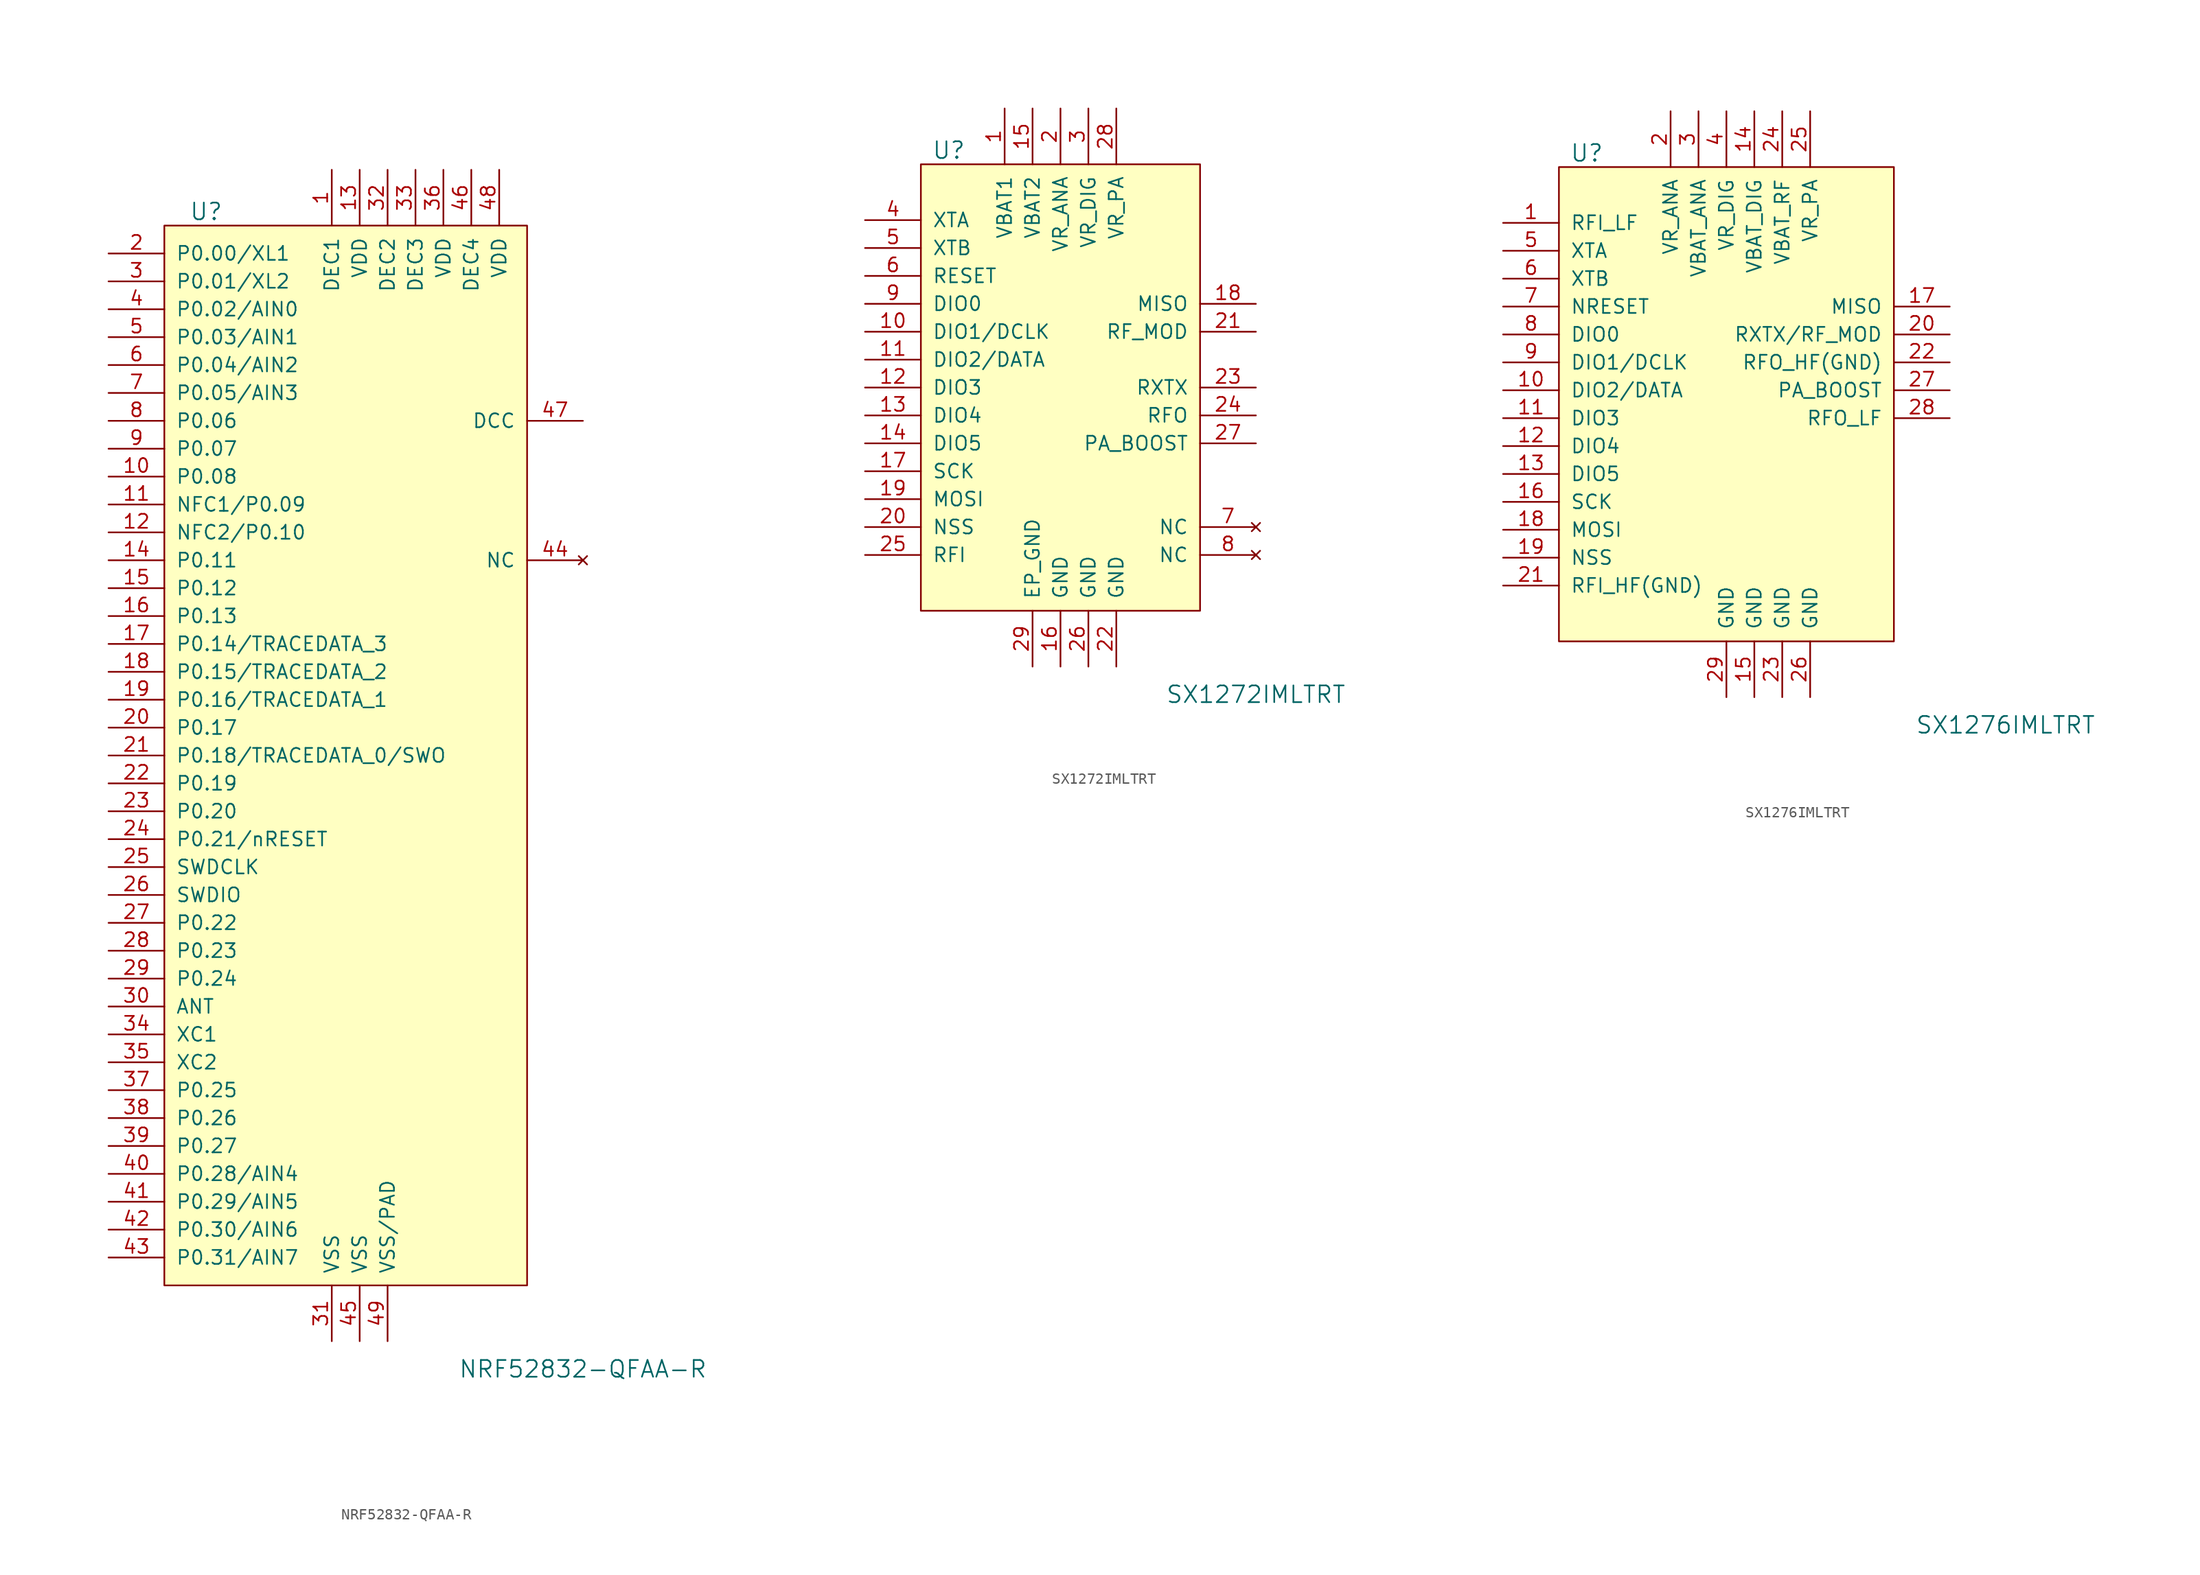
<source format=kicad_sym>
(kicad_symbol_lib
  (version 20211014)
  (generator kicad_symbol_editor)
  (symbol "NRF52832-QFAA-R"
    (pin_names
      (offset 1.016))
    (property "Reference" "U"
      (at -13.97 49.53 0)
      (effects (font (size 1.524 1.524))))
    (property "Value" "NRF52832-QFAA-R"
      (at 20.32 -55.88 0)
      (effects (font (size 1.524 1.524))))
    (symbol "NRF52832-QFAA-R_0_1"
      (rectangle (start -17.78 48.26) (end 15.24 -48.26) (stroke (width 0) (type default) (color 0 0 0 0)) (fill (type background))))
    (symbol "NRF52832-QFAA-R_1_1"
      (pin power_in line (at -2.54 53.34 270) (length 5.08) (name "DEC1" (effects (font (size 1.27 1.27)))) (number "1" (effects (font (size 1.27 1.27)))))
      (pin bidirectional line (at -22.86 25.4 0) (length 5.08) (name "P0.08" (effects (font (size 1.27 1.27)))) (number "10" (effects (font (size 1.27 1.27)))))
      (pin bidirectional line (at -22.86 22.86 0) (length 5.08) (name "NFC1/P0.09" (effects (font (size 1.27 1.27)))) (number "11" (effects (font (size 1.27 1.27)))))
      (pin bidirectional line (at -22.86 20.32 0) (length 5.08) (name "NFC2/P0.10" (effects (font (size 1.27 1.27)))) (number "12" (effects (font (size 1.27 1.27)))))
      (pin power_in line (at 0 53.34 270) (length 5.08) (name "VDD" (effects (font (size 1.27 1.27)))) (number "13" (effects (font (size 1.27 1.27)))))
      (pin bidirectional line (at -22.86 17.78 0) (length 5.08) (name "P0.11" (effects (font (size 1.27 1.27)))) (number "14" (effects (font (size 1.27 1.27)))))
      (pin bidirectional line (at -22.86 15.24 0) (length 5.08) (name "P0.12" (effects (font (size 1.27 1.27)))) (number "15" (effects (font (size 1.27 1.27)))))
      (pin bidirectional line (at -22.86 12.7 0) (length 5.08) (name "P0.13" (effects (font (size 1.27 1.27)))) (number "16" (effects (font (size 1.27 1.27)))))
      (pin bidirectional line (at -22.86 10.16 0) (length 5.08) (name "P0.14/TRACEDATA_3" (effects (font (size 1.27 1.27)))) (number "17" (effects (font (size 1.27 1.27)))))
      (pin bidirectional line (at -22.86 7.62 0) (length 5.08) (name "P0.15/TRACEDATA_2" (effects (font (size 1.27 1.27)))) (number "18" (effects (font (size 1.27 1.27)))))
      (pin bidirectional line (at -22.86 5.08 0) (length 5.08) (name "P0.16/TRACEDATA_1" (effects (font (size 1.27 1.27)))) (number "19" (effects (font (size 1.27 1.27)))))
      (pin bidirectional line (at -22.86 45.72 0) (length 5.08) (name "P0.00/XL1" (effects (font (size 1.27 1.27)))) (number "2" (effects (font (size 1.27 1.27)))))
      (pin bidirectional line (at -22.86 2.54 0) (length 5.08) (name "P0.17" (effects (font (size 1.27 1.27)))) (number "20" (effects (font (size 1.27 1.27)))))
      (pin bidirectional line (at -22.86 0 0) (length 5.08) (name "P0.18/TRACEDATA_0/SWO" (effects (font (size 1.27 1.27)))) (number "21" (effects (font (size 1.27 1.27)))))
      (pin bidirectional line (at -22.86 -2.54 0) (length 5.08) (name "P0.19" (effects (font (size 1.27 1.27)))) (number "22" (effects (font (size 1.27 1.27)))))
      (pin bidirectional line (at -22.86 -5.08 0) (length 5.08) (name "P0.20" (effects (font (size 1.27 1.27)))) (number "23" (effects (font (size 1.27 1.27)))))
      (pin bidirectional line (at -22.86 -7.62 0) (length 5.08) (name "P0.21/nRESET" (effects (font (size 1.27 1.27)))) (number "24" (effects (font (size 1.27 1.27)))))
      (pin input line (at -22.86 -10.16 0) (length 5.08) (name "SWDCLK" (effects (font (size 1.27 1.27)))) (number "25" (effects (font (size 1.27 1.27)))))
      (pin bidirectional line (at -22.86 -12.7 0) (length 5.08) (name "SWDIO" (effects (font (size 1.27 1.27)))) (number "26" (effects (font (size 1.27 1.27)))))
      (pin bidirectional line (at -22.86 -15.24 0) (length 5.08) (name "P0.22" (effects (font (size 1.27 1.27)))) (number "27" (effects (font (size 1.27 1.27)))))
      (pin bidirectional line (at -22.86 -17.78 0) (length 5.08) (name "P0.23" (effects (font (size 1.27 1.27)))) (number "28" (effects (font (size 1.27 1.27)))))
      (pin bidirectional line (at -22.86 -20.32 0) (length 5.08) (name "P0.24" (effects (font (size 1.27 1.27)))) (number "29" (effects (font (size 1.27 1.27)))))
      (pin bidirectional line (at -22.86 43.18 0) (length 5.08) (name "P0.01/XL2" (effects (font (size 1.27 1.27)))) (number "3" (effects (font (size 1.27 1.27)))))
      (pin bidirectional line (at -22.86 -22.86 0) (length 5.08) (name "ANT" (effects (font (size 1.27 1.27)))) (number "30" (effects (font (size 1.27 1.27)))))
      (pin power_in line (at -2.54 -53.34 90) (length 5.08) (name "VSS" (effects (font (size 1.27 1.27)))) (number "31" (effects (font (size 1.27 1.27)))))
      (pin power_in line (at 2.54 53.34 270) (length 5.08) (name "DEC2" (effects (font (size 1.27 1.27)))) (number "32" (effects (font (size 1.27 1.27)))))
      (pin power_in line (at 5.08 53.34 270) (length 5.08) (name "DEC3" (effects (font (size 1.27 1.27)))) (number "33" (effects (font (size 1.27 1.27)))))
      (pin input line (at -22.86 -25.4 0) (length 5.08) (name "XC1" (effects (font (size 1.27 1.27)))) (number "34" (effects (font (size 1.27 1.27)))))
      (pin input line (at -22.86 -27.94 0) (length 5.08) (name "XC2" (effects (font (size 1.27 1.27)))) (number "35" (effects (font (size 1.27 1.27)))))
      (pin power_in line (at 7.62 53.34 270) (length 5.08) (name "VDD" (effects (font (size 1.27 1.27)))) (number "36" (effects (font (size 1.27 1.27)))))
      (pin bidirectional line (at -22.86 -30.48 0) (length 5.08) (name "P0.25" (effects (font (size 1.27 1.27)))) (number "37" (effects (font (size 1.27 1.27)))))
      (pin bidirectional line (at -22.86 -33.02 0) (length 5.08) (name "P0.26" (effects (font (size 1.27 1.27)))) (number "38" (effects (font (size 1.27 1.27)))))
      (pin bidirectional line (at -22.86 -35.56 0) (length 5.08) (name "P0.27" (effects (font (size 1.27 1.27)))) (number "39" (effects (font (size 1.27 1.27)))))
      (pin bidirectional line (at -22.86 40.64 0) (length 5.08) (name "P0.02/AIN0" (effects (font (size 1.27 1.27)))) (number "4" (effects (font (size 1.27 1.27)))))
      (pin bidirectional line (at -22.86 -38.1 0) (length 5.08) (name "P0.28/AIN4" (effects (font (size 1.27 1.27)))) (number "40" (effects (font (size 1.27 1.27)))))
      (pin bidirectional line (at -22.86 -40.64 0) (length 5.08) (name "P0.29/AIN5" (effects (font (size 1.27 1.27)))) (number "41" (effects (font (size 1.27 1.27)))))
      (pin bidirectional line (at -22.86 -43.18 0) (length 5.08) (name "P0.30/AIN6" (effects (font (size 1.27 1.27)))) (number "42" (effects (font (size 1.27 1.27)))))
      (pin bidirectional line (at -22.86 -45.72 0) (length 5.08) (name "P0.31/AIN7" (effects (font (size 1.27 1.27)))) (number "43" (effects (font (size 1.27 1.27)))))
      (pin no_connect line (at 20.32 17.78 180) (length 5.08) (name "NC" (effects (font (size 1.27 1.27)))) (number "44" (effects (font (size 1.27 1.27)))))
      (pin power_in line (at 0 -53.34 90) (length 5.08) (name "VSS" (effects (font (size 1.27 1.27)))) (number "45" (effects (font (size 1.27 1.27)))))
      (pin power_in line (at 10.16 53.34 270) (length 5.08) (name "DEC4" (effects (font (size 1.27 1.27)))) (number "46" (effects (font (size 1.27 1.27)))))
      (pin power_out line (at 20.32 30.48 180) (length 5.08) (name "DCC" (effects (font (size 1.27 1.27)))) (number "47" (effects (font (size 1.27 1.27)))))
      (pin power_in line (at 12.7 53.34 270) (length 5.08) (name "VDD" (effects (font (size 1.27 1.27)))) (number "48" (effects (font (size 1.27 1.27)))))
      (pin power_in line (at 2.54 -53.34 90) (length 5.08) (name "VSS/PAD" (effects (font (size 1.27 1.27)))) (number "49" (effects (font (size 1.27 1.27)))))
      (pin bidirectional line (at -22.86 38.1 0) (length 5.08) (name "P0.03/AIN1" (effects (font (size 1.27 1.27)))) (number "5" (effects (font (size 1.27 1.27)))))
      (pin bidirectional line (at -22.86 35.56 0) (length 5.08) (name "P0.04/AIN2" (effects (font (size 1.27 1.27)))) (number "6" (effects (font (size 1.27 1.27)))))
      (pin bidirectional line (at -22.86 33.02 0) (length 5.08) (name "P0.05/AIN3" (effects (font (size 1.27 1.27)))) (number "7" (effects (font (size 1.27 1.27)))))
      (pin bidirectional line (at -22.86 30.48 0) (length 5.08) (name "P0.06" (effects (font (size 1.27 1.27)))) (number "8" (effects (font (size 1.27 1.27)))))
      (pin bidirectional line (at -22.86 27.94 0) (length 5.08) (name "P0.07" (effects (font (size 1.27 1.27)))) (number "9" (effects (font (size 1.27 1.27)))))))
  (symbol "SX1272IMLTRT"
    (pin_names
      (offset 1.016))
    (property "Reference" "U"
      (at -10.16 21.59 0)
      (effects (font (size 1.524 1.524))))
    (property "Value" "SX1272IMLTRT"
      (at 17.78 -27.94 0)
      (effects (font (size 1.524 1.524))))
    (symbol "SX1272IMLTRT_0_1"
      (rectangle (start -12.7 20.32) (end 12.7 -20.32) (stroke (width 0) (type default) (color 0 0 0 0)) (fill (type background))))
    (symbol "SX1272IMLTRT_1_1"
      (pin power_in line (at -5.08 25.4 270) (length 5.08) (name "VBAT1" (effects (font (size 1.27 1.27)))) (number "1" (effects (font (size 1.27 1.27)))))
      (pin bidirectional line (at -17.78 5.08 0) (length 5.08) (name "DIO1/DCLK" (effects (font (size 1.27 1.27)))) (number "10" (effects (font (size 1.27 1.27)))))
      (pin bidirectional line (at -17.78 2.54 0) (length 5.08) (name "DIO2/DATA" (effects (font (size 1.27 1.27)))) (number "11" (effects (font (size 1.27 1.27)))))
      (pin bidirectional line (at -17.78 0 0) (length 5.08) (name "DIO3" (effects (font (size 1.27 1.27)))) (number "12" (effects (font (size 1.27 1.27)))))
      (pin bidirectional line (at -17.78 -2.54 0) (length 5.08) (name "DIO4" (effects (font (size 1.27 1.27)))) (number "13" (effects (font (size 1.27 1.27)))))
      (pin bidirectional line (at -17.78 -5.08 0) (length 5.08) (name "DIO5" (effects (font (size 1.27 1.27)))) (number "14" (effects (font (size 1.27 1.27)))))
      (pin power_in line (at -2.54 25.4 270) (length 5.08) (name "VBAT2" (effects (font (size 1.27 1.27)))) (number "15" (effects (font (size 1.27 1.27)))))
      (pin power_in line (at 0 -25.4 90) (length 5.08) (name "GND" (effects (font (size 1.27 1.27)))) (number "16" (effects (font (size 1.27 1.27)))))
      (pin input line (at -17.78 -7.62 0) (length 5.08) (name "SCK" (effects (font (size 1.27 1.27)))) (number "17" (effects (font (size 1.27 1.27)))))
      (pin output line (at 17.78 7.62 180) (length 5.08) (name "MISO" (effects (font (size 1.27 1.27)))) (number "18" (effects (font (size 1.27 1.27)))))
      (pin input line (at -17.78 -10.16 0) (length 5.08) (name "MOSI" (effects (font (size 1.27 1.27)))) (number "19" (effects (font (size 1.27 1.27)))))
      (pin power_in line (at 0 25.4 270) (length 5.08) (name "VR_ANA" (effects (font (size 1.27 1.27)))) (number "2" (effects (font (size 1.27 1.27)))))
      (pin input line (at -17.78 -12.7 0) (length 5.08) (name "NSS" (effects (font (size 1.27 1.27)))) (number "20" (effects (font (size 1.27 1.27)))))
      (pin output line (at 17.78 5.08 180) (length 5.08) (name "RF_MOD" (effects (font (size 1.27 1.27)))) (number "21" (effects (font (size 1.27 1.27)))))
      (pin power_in line (at 5.08 -25.4 90) (length 5.08) (name "GND" (effects (font (size 1.27 1.27)))) (number "22" (effects (font (size 1.27 1.27)))))
      (pin output line (at 17.78 0 180) (length 5.08) (name "RXTX" (effects (font (size 1.27 1.27)))) (number "23" (effects (font (size 1.27 1.27)))))
      (pin output line (at 17.78 -2.54 180) (length 5.08) (name "RFO" (effects (font (size 1.27 1.27)))) (number "24" (effects (font (size 1.27 1.27)))))
      (pin input line (at -17.78 -15.24 0) (length 5.08) (name "RFI" (effects (font (size 1.27 1.27)))) (number "25" (effects (font (size 1.27 1.27)))))
      (pin power_in line (at 2.54 -25.4 90) (length 5.08) (name "GND" (effects (font (size 1.27 1.27)))) (number "26" (effects (font (size 1.27 1.27)))))
      (pin bidirectional line (at 17.78 -5.08 180) (length 5.08) (name "PA_BOOST" (effects (font (size 1.27 1.27)))) (number "27" (effects (font (size 1.27 1.27)))))
      (pin power_in line (at 5.08 25.4 270) (length 5.08) (name "VR_PA" (effects (font (size 1.27 1.27)))) (number "28" (effects (font (size 1.27 1.27)))))
      (pin power_in line (at -2.54 -25.4 90) (length 5.08) (name "EP_GND" (effects (font (size 1.27 1.27)))) (number "29" (effects (font (size 1.27 1.27)))))
      (pin power_in line (at 2.54 25.4 270) (length 5.08) (name "VR_DIG" (effects (font (size 1.27 1.27)))) (number "3" (effects (font (size 1.27 1.27)))))
      (pin bidirectional line (at -17.78 15.24 0) (length 5.08) (name "XTA" (effects (font (size 1.27 1.27)))) (number "4" (effects (font (size 1.27 1.27)))))
      (pin bidirectional line (at -17.78 12.7 0) (length 5.08) (name "XTB" (effects (font (size 1.27 1.27)))) (number "5" (effects (font (size 1.27 1.27)))))
      (pin bidirectional line (at -17.78 10.16 0) (length 5.08) (name "RESET" (effects (font (size 1.27 1.27)))) (number "6" (effects (font (size 1.27 1.27)))))
      (pin no_connect line (at 17.78 -12.7 180) (length 5.08) (name "NC" (effects (font (size 1.27 1.27)))) (number "7" (effects (font (size 1.27 1.27)))))
      (pin no_connect line (at 17.78 -15.24 180) (length 5.08) (name "NC" (effects (font (size 1.27 1.27)))) (number "8" (effects (font (size 1.27 1.27)))))
      (pin bidirectional line (at -17.78 7.62 0) (length 5.08) (name "DIO0" (effects (font (size 1.27 1.27)))) (number "9" (effects (font (size 1.27 1.27)))))))
  (symbol "SX1276IMLTRT"
    (pin_names
      (offset 1.016))
    (property "Reference" "U"
      (at -12.7 24.13 0)
      (effects (font (size 1.524 1.524))))
    (property "Value" "SX1276IMLTRT"
      (at 25.4 -27.94 0)
      (effects (font (size 1.524 1.524))))
    (symbol "SX1276IMLTRT_0_1"
      (rectangle (start -15.24 22.86) (end 15.24 -20.32) (stroke (width 0) (type default) (color 0 0 0 0)) (fill (type background))))
    (symbol "SX1276IMLTRT_1_1"
      (pin input line (at -20.32 17.78 0) (length 5.08) (name "RFI_LF" (effects (font (size 1.27 1.27)))) (number "1" (effects (font (size 1.27 1.27)))))
      (pin bidirectional line (at -20.32 2.54 0) (length 5.08) (name "DIO2/DATA" (effects (font (size 1.27 1.27)))) (number "10" (effects (font (size 1.27 1.27)))))
      (pin bidirectional line (at -20.32 0 0) (length 5.08) (name "DIO3" (effects (font (size 1.27 1.27)))) (number "11" (effects (font (size 1.27 1.27)))))
      (pin bidirectional line (at -20.32 -2.54 0) (length 5.08) (name "DIO4" (effects (font (size 1.27 1.27)))) (number "12" (effects (font (size 1.27 1.27)))))
      (pin bidirectional line (at -20.32 -5.08 0) (length 5.08) (name "DIO5" (effects (font (size 1.27 1.27)))) (number "13" (effects (font (size 1.27 1.27)))))
      (pin power_in line (at 2.54 27.94 270) (length 5.08) (name "VBAT_DIG" (effects (font (size 1.27 1.27)))) (number "14" (effects (font (size 1.27 1.27)))))
      (pin power_in line (at 2.54 -25.4 90) (length 5.08) (name "GND" (effects (font (size 1.27 1.27)))) (number "15" (effects (font (size 1.27 1.27)))))
      (pin input line (at -20.32 -7.62 0) (length 5.08) (name "SCK" (effects (font (size 1.27 1.27)))) (number "16" (effects (font (size 1.27 1.27)))))
      (pin output line (at 20.32 10.16 180) (length 5.08) (name "MISO" (effects (font (size 1.27 1.27)))) (number "17" (effects (font (size 1.27 1.27)))))
      (pin input line (at -20.32 -10.16 0) (length 5.08) (name "MOSI" (effects (font (size 1.27 1.27)))) (number "18" (effects (font (size 1.27 1.27)))))
      (pin input line (at -20.32 -12.7 0) (length 5.08) (name "NSS" (effects (font (size 1.27 1.27)))) (number "19" (effects (font (size 1.27 1.27)))))
      (pin power_in line (at -5.08 27.94 270) (length 5.08) (name "VR_ANA" (effects (font (size 1.27 1.27)))) (number "2" (effects (font (size 1.27 1.27)))))
      (pin output line (at 20.32 7.62 180) (length 5.08) (name "RXTX/RF_MOD" (effects (font (size 1.27 1.27)))) (number "20" (effects (font (size 1.27 1.27)))))
      (pin input line (at -20.32 -15.24 0) (length 5.08) (name "RFI_HF(GND)" (effects (font (size 1.27 1.27)))) (number "21" (effects (font (size 1.27 1.27)))))
      (pin output line (at 20.32 5.08 180) (length 5.08) (name "RFO_HF(GND)" (effects (font (size 1.27 1.27)))) (number "22" (effects (font (size 1.27 1.27)))))
      (pin power_in line (at 5.08 -25.4 90) (length 5.08) (name "GND" (effects (font (size 1.27 1.27)))) (number "23" (effects (font (size 1.27 1.27)))))
      (pin power_in line (at 5.08 27.94 270) (length 5.08) (name "VBAT_RF" (effects (font (size 1.27 1.27)))) (number "24" (effects (font (size 1.27 1.27)))))
      (pin power_in line (at 7.62 27.94 270) (length 5.08) (name "VR_PA" (effects (font (size 1.27 1.27)))) (number "25" (effects (font (size 1.27 1.27)))))
      (pin power_in line (at 7.62 -25.4 90) (length 5.08) (name "GND" (effects (font (size 1.27 1.27)))) (number "26" (effects (font (size 1.27 1.27)))))
      (pin output line (at 20.32 2.54 180) (length 5.08) (name "PA_BOOST" (effects (font (size 1.27 1.27)))) (number "27" (effects (font (size 1.27 1.27)))))
      (pin output line (at 20.32 0 180) (length 5.08) (name "RFO_LF" (effects (font (size 1.27 1.27)))) (number "28" (effects (font (size 1.27 1.27)))))
      (pin power_in line (at 0 -25.4 90) (length 5.08) (name "GND" (effects (font (size 1.27 1.27)))) (number "29" (effects (font (size 1.27 1.27)))))
      (pin power_in line (at -2.54 27.94 270) (length 5.08) (name "VBAT_ANA" (effects (font (size 1.27 1.27)))) (number "3" (effects (font (size 1.27 1.27)))))
      (pin power_in line (at 0 27.94 270) (length 5.08) (name "VR_DIG" (effects (font (size 1.27 1.27)))) (number "4" (effects (font (size 1.27 1.27)))))
      (pin bidirectional line (at -20.32 15.24 0) (length 5.08) (name "XTA" (effects (font (size 1.27 1.27)))) (number "5" (effects (font (size 1.27 1.27)))))
      (pin bidirectional line (at -20.32 12.7 0) (length 5.08) (name "XTB" (effects (font (size 1.27 1.27)))) (number "6" (effects (font (size 1.27 1.27)))))
      (pin bidirectional line (at -20.32 10.16 0) (length 5.08) (name "NRESET" (effects (font (size 1.27 1.27)))) (number "7" (effects (font (size 1.27 1.27)))))
      (pin bidirectional line (at -20.32 7.62 0) (length 5.08) (name "DIO0" (effects (font (size 1.27 1.27)))) (number "8" (effects (font (size 1.27 1.27)))))
      (pin bidirectional line (at -20.32 5.08 0) (length 5.08) (name "DIO1/DCLK" (effects (font (size 1.27 1.27)))) (number "9" (effects (font (size 1.27 1.27))))))))
</source>
